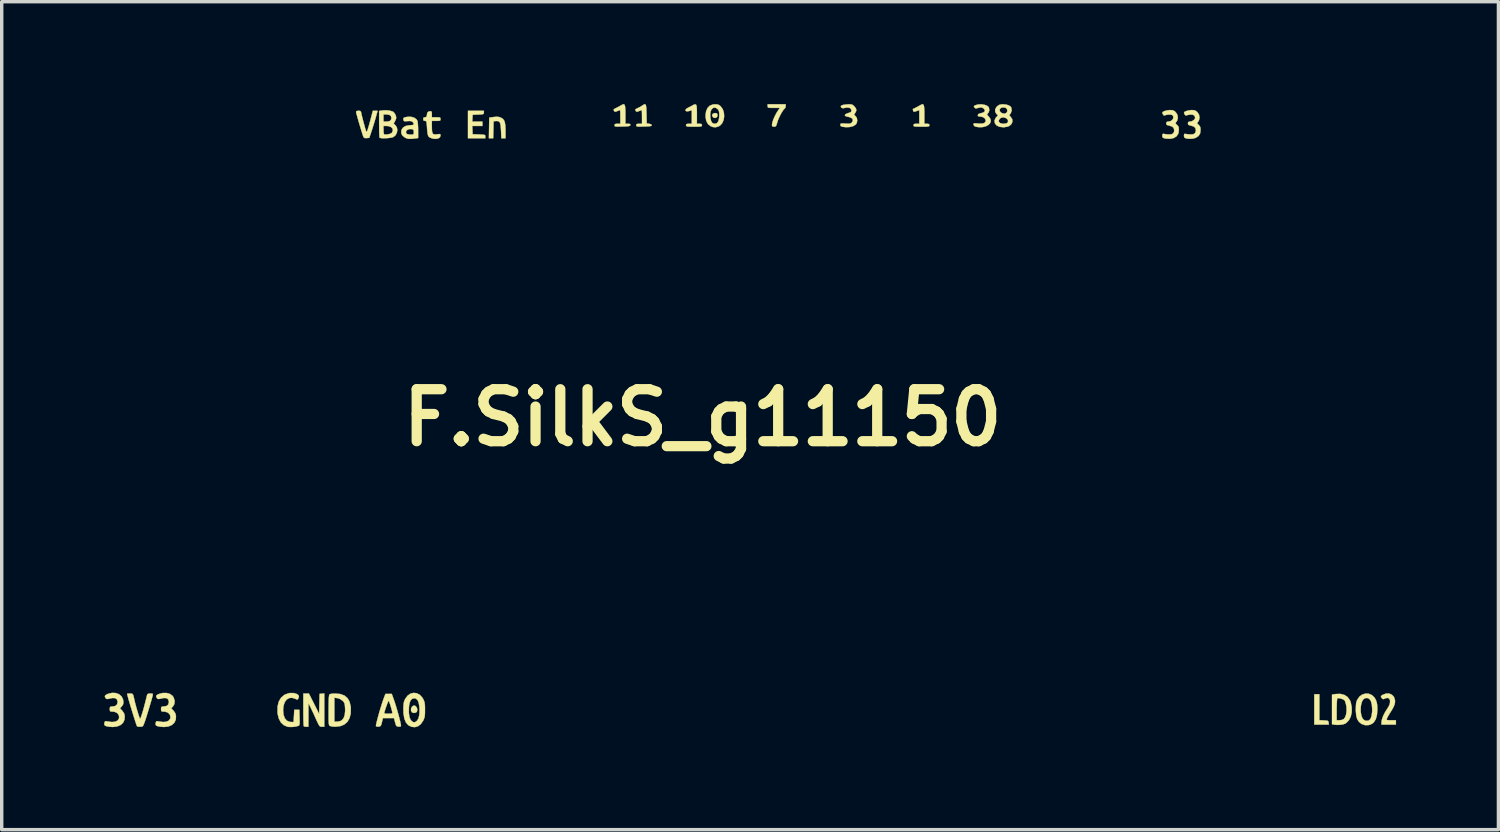
<source format=kicad_pcb>
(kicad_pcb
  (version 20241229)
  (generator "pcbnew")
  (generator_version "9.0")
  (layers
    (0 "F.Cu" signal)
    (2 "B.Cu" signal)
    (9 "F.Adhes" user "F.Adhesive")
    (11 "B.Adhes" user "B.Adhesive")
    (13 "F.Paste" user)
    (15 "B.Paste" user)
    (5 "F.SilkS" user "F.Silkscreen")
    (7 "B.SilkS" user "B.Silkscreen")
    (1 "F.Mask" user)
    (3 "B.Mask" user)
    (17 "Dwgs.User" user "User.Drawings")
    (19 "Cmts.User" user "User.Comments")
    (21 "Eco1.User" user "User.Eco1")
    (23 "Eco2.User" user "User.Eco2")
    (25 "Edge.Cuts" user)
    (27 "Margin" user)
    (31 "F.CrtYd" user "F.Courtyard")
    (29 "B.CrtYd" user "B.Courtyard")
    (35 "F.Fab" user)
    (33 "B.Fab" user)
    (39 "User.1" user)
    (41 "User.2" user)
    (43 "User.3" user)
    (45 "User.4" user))
  (footprint "F.SilkS_g11150"
    (layer "F.Cu")
    (at 17.546 9.193)
    (property "Reference" "F.SilkS_g11150" (at 0 0 0) (layer "F.SilkS") (effects (font (size 1.524 1.524) (thickness 0.3))))
    (attr through_hole)
    (fp_poly (pts (xy 18.076 8.867) (xy 18.209 8.873) (xy 18.281 8.878) (xy 18.321 8.886) (xy 18.34 8.902) (xy 18.347 8.932) (xy 18.348 8.938) (xy 18.354 8.996) (xy 17.928 8.996) (xy 17.928 8.107) (xy 18.076 8.107) (xy 18.076 8.867)) (stroke (width 0.01) (type solid)) (fill yes) (layer "F.SilkS"))
    (fp_poly (pts (xy 0.404 -8.926) (xy 0.429 -8.903) (xy 0.434 -8.89) (xy 0.434 -8.838) (xy 0.405 -8.8) (xy 0.361 -8.785) (xy 0.314 -8.799) (xy 0.297 -8.815) (xy 0.276 -8.864) (xy 0.292 -8.904) (xy 0.343 -8.927) (xy 0.353 -8.928) (xy 0.404 -8.926)) (stroke (width 0.01) (type solid)) (fill yes) (layer "F.SilkS"))
    (fp_poly (pts (xy -8.429 8.445) (xy -8.415 8.453) (xy -8.378 8.499) (xy -8.364 8.559) (xy -8.375 8.615) (xy -8.383 8.627) (xy -8.429 8.653) (xy -8.485 8.653) (xy -8.526 8.632) (xy -8.55 8.582) (xy -8.546 8.521) (xy -8.517 8.468) (xy -8.505 8.458) (xy -8.464 8.437) (xy -8.429 8.445)) (stroke (width 0.01) (type solid)) (fill yes) (layer "F.SilkS"))
    (fp_poly (pts (xy -6.413 -8.944) (xy -6.416 -8.918) (xy -6.428 -8.902) (xy -6.46 -8.893) (xy -6.519 -8.888) (xy -6.578 -8.886) (xy -6.742 -8.879) (xy -6.748 -8.779) (xy -6.754 -8.678) (xy -6.456 -8.678) (xy -6.456 -8.551) (xy -6.754 -8.551) (xy -6.742 -8.308) (xy -6.556 -8.302) (xy -6.468 -8.298) (xy -6.413 -8.293) (xy -6.384 -8.284) (xy -6.373 -8.269) (xy -6.371 -8.244) (xy -6.371 -8.191) (xy -6.879 -8.191) (xy -6.879 -8.996) (xy -6.413 -8.996) (xy -6.413 -8.944)) (stroke (width 0.01) (type solid)) (fill yes) (layer "F.SilkS"))
    (fp_poly (pts (xy -5.973 -8.815) (xy -5.92 -8.798) (xy -5.863 -8.765) (xy -5.823 -8.718) (xy -5.797 -8.649) (xy -5.783 -8.552) (xy -5.779 -8.42) (xy -5.779 -8.404) (xy -5.779 -8.191) (xy -5.9 -8.191) (xy -5.91 -8.417) (xy -5.918 -8.534) (xy -5.931 -8.615) (xy -5.952 -8.665) (xy -5.986 -8.69) (xy -6.035 -8.697) (xy -6.064 -8.695) (xy -6.128 -8.689) (xy -6.134 -8.44) (xy -6.14 -8.191) (xy -6.266 -8.191) (xy -6.255 -8.795) (xy -6.127 -8.813) (xy -6.039 -8.821) (xy -5.973 -8.815)) (stroke (width 0.01) (type solid)) (fill yes) (layer "F.SilkS"))
    (fp_poly (pts (xy 2.434 -9.135) (xy 2.426 -9.089) (xy 2.411 -9.069) (xy 2.375 -9.033) (xy 2.331 -8.968) (xy 2.283 -8.885) (xy 2.239 -8.796) (xy 2.204 -8.711) (xy 2.19 -8.668) (xy 2.169 -8.595) (xy 2.151 -8.553) (xy 2.13 -8.535) (xy 2.099 -8.53) (xy 2.092 -8.53) (xy 2.048 -8.537) (xy 2.033 -8.563) (xy 2.032 -8.582) (xy 2.043 -8.65) (xy 2.072 -8.741) (xy 2.115 -8.84) (xy 2.166 -8.935) (xy 2.191 -8.975) (xy 2.262 -9.081) (xy 2.083 -9.081) (xy 1.997 -9.081) (xy 1.944 -9.084) (xy 1.917 -9.092) (xy 1.907 -9.108) (xy 1.905 -9.133) (xy 1.905 -9.186) (xy 2.434 -9.186) (xy 2.434 -9.135)) (stroke (width 0.01) (type solid)) (fill yes) (layer "F.SilkS"))
    (fp_poly (pts (xy -11.091 9.059) (xy -11.162 9.059) (xy -11.19 9.058) (xy -11.213 9.051) (xy -11.234 9.031) (xy -11.258 8.993) (xy -11.289 8.931) (xy -11.332 8.839) (xy -11.354 8.789) (xy -11.401 8.684) (xy -11.447 8.586) (xy -11.485 8.506) (xy -11.511 8.452) (xy -11.515 8.445) (xy -11.555 8.371) (xy -11.557 9.059) (xy -11.617 9.059) (xy -11.665 9.055) (xy -11.691 9.045) (xy -11.695 9.021) (xy -11.699 8.96) (xy -11.702 8.87) (xy -11.704 8.756) (xy -11.705 8.625) (xy -11.705 8.558) (xy -11.705 8.086) (xy -11.542 8.086) (xy -11.391 8.385) (xy -11.241 8.684) (xy -11.235 8.39) (xy -11.229 8.096) (xy -11.16 8.09) (xy -11.091 8.083) (xy -11.091 9.059)) (stroke (width 0.01) (type solid)) (fill yes) (layer "F.SilkS"))
    (fp_poly (pts (xy -0.204 -9.18) (xy -0.19 -9.169) (xy -0.18 -9.144) (xy -0.174 -9.1) (xy -0.17 -9.028) (xy -0.169 -8.922) (xy -0.169 -8.891) (xy -0.169 -8.615) (xy -0.095 -8.615) (xy -0.044 -8.61) (xy -0.024 -8.592) (xy -0.021 -8.572) (xy -0.024 -8.554) (xy -0.037 -8.542) (xy -0.067 -8.535) (xy -0.123 -8.531) (xy -0.21 -8.53) (xy -0.254 -8.53) (xy -0.356 -8.531) (xy -0.423 -8.533) (xy -0.462 -8.539) (xy -0.481 -8.549) (xy -0.487 -8.565) (xy -0.487 -8.572) (xy -0.48 -8.6) (xy -0.451 -8.612) (xy -0.402 -8.615) (xy -0.318 -8.615) (xy -0.318 -9.015) (xy -0.381 -8.993) (xy -0.436 -8.98) (xy -0.477 -8.982) (xy -0.506 -9.006) (xy -0.495 -9.038) (xy -0.447 -9.075) (xy -0.407 -9.096) (xy -0.342 -9.128) (xy -0.29 -9.157) (xy -0.273 -9.168) (xy -0.228 -9.183) (xy -0.204 -9.18)) (stroke (width 0.01) (type solid)) (fill yes) (layer "F.SilkS"))
    (fp_poly (pts (xy -9.579 -8.811) (xy -9.61 -8.704) (xy -9.648 -8.579) (xy -9.687 -8.457) (xy -9.701 -8.414) (xy -9.772 -8.202) (xy -9.85 -8.196) (xy -9.903 -8.195) (xy -9.932 -8.213) (xy -9.95 -8.248) (xy -9.967 -8.299) (xy -9.992 -8.376) (xy -10.021 -8.472) (xy -10.053 -8.578) (xy -10.085 -8.685) (xy -10.113 -8.786) (xy -10.137 -8.872) (xy -10.154 -8.935) (xy -10.16 -8.966) (xy -10.16 -8.966) (xy -10.14 -8.989) (xy -10.089 -8.996) (xy -10.04 -8.992) (xy -10.017 -8.97) (xy -10.005 -8.92) (xy -9.995 -8.87) (xy -9.975 -8.79) (xy -9.95 -8.692) (xy -9.924 -8.598) (xy -9.896 -8.495) (xy -9.875 -8.428) (xy -9.861 -8.391) (xy -9.85 -8.381) (xy -9.84 -8.392) (xy -9.83 -8.414) (xy -9.814 -8.459) (xy -9.791 -8.534) (xy -9.764 -8.63) (xy -9.735 -8.735) (xy -9.735 -8.737) (xy -9.667 -8.996) (xy -9.528 -8.996) (xy -9.579 -8.811)) (stroke (width 0.01) (type solid)) (fill yes) (layer "F.SilkS"))
    (fp_poly (pts (xy 6.475 -9.169) (xy 6.489 -9.121) (xy 6.496 -9.041) (xy 6.498 -8.924) (xy 6.498 -8.891) (xy 6.498 -8.615) (xy 6.572 -8.615) (xy 6.623 -8.61) (xy 6.644 -8.592) (xy 6.646 -8.572) (xy 6.644 -8.554) (xy 6.631 -8.542) (xy 6.6 -8.535) (xy 6.545 -8.531) (xy 6.457 -8.53) (xy 6.413 -8.53) (xy 6.312 -8.531) (xy 6.245 -8.533) (xy 6.206 -8.539) (xy 6.187 -8.549) (xy 6.181 -8.565) (xy 6.181 -8.572) (xy 6.188 -8.6) (xy 6.216 -8.612) (xy 6.265 -8.615) (xy 6.35 -8.615) (xy 6.35 -9.015) (xy 6.266 -8.986) (xy 6.213 -8.969) (xy 6.186 -8.969) (xy 6.173 -8.988) (xy 6.169 -8.999) (xy 6.161 -9.035) (xy 6.163 -9.046) (xy 6.185 -9.057) (xy 6.23 -9.079) (xy 6.244 -9.086) (xy 6.31 -9.12) (xy 6.37 -9.155) (xy 6.374 -9.157) (xy 6.42 -9.182) (xy 6.453 -9.188) (xy 6.475 -9.169)) (stroke (width 0.01) (type solid)) (fill yes) (layer "F.SilkS"))
    (fp_poly (pts (xy 20.122 8.086) (xy 20.2 8.119) (xy 20.26 8.18) (xy 20.291 8.268) (xy 20.293 8.278) (xy 20.294 8.341) (xy 20.281 8.405) (xy 20.251 8.479) (xy 20.2 8.571) (xy 20.139 8.667) (xy 20.099 8.733) (xy 20.068 8.792) (xy 20.056 8.821) (xy 20.051 8.847) (xy 20.06 8.861) (xy 20.092 8.867) (xy 20.155 8.869) (xy 20.181 8.869) (xy 20.32 8.869) (xy 20.32 8.996) (xy 19.897 8.996) (xy 19.897 8.933) (xy 19.911 8.844) (xy 19.949 8.737) (xy 20.008 8.622) (xy 20.052 8.554) (xy 20.107 8.466) (xy 20.138 8.398) (xy 20.149 8.335) (xy 20.147 8.284) (xy 20.125 8.234) (xy 20.077 8.213) (xy 20.013 8.224) (xy 19.989 8.236) (xy 19.948 8.251) (xy 19.92 8.237) (xy 19.908 8.222) (xy 19.882 8.184) (xy 19.884 8.159) (xy 19.917 8.134) (xy 19.937 8.122) (xy 20.031 8.086) (xy 20.122 8.086)) (stroke (width 0.01) (type solid)) (fill yes) (layer "F.SilkS"))
    (fp_poly (pts (xy 0.436 -9.181) (xy 0.486 -9.162) (xy 0.529 -9.126) (xy 0.589 -9.042) (xy 0.622 -8.94) (xy 0.63 -8.832) (xy 0.614 -8.727) (xy 0.574 -8.634) (xy 0.511 -8.564) (xy 0.474 -8.541) (xy 0.385 -8.513) (xy 0.301 -8.519) (xy 0.233 -8.546) (xy 0.156 -8.607) (xy 0.106 -8.699) (xy 0.085 -8.817) (xy 0.085 -8.843) (xy 0.089 -8.884) (xy 0.221 -8.884) (xy 0.226 -8.787) (xy 0.247 -8.7) (xy 0.277 -8.645) (xy 0.321 -8.62) (xy 0.378 -8.617) (xy 0.415 -8.631) (xy 0.458 -8.685) (xy 0.481 -8.776) (xy 0.487 -8.868) (xy 0.484 -8.946) (xy 0.473 -8.996) (xy 0.449 -9.035) (xy 0.434 -9.051) (xy 0.374 -9.088) (xy 0.314 -9.085) (xy 0.261 -9.04) (xy 0.232 -8.973) (xy 0.221 -8.884) (xy 0.089 -8.884) (xy 0.099 -8.974) (xy 0.14 -9.075) (xy 0.208 -9.145) (xy 0.302 -9.181) (xy 0.364 -9.186) (xy 0.436 -9.181)) (stroke (width 0.01) (type solid)) (fill yes) (layer "F.SilkS"))
    (fp_poly (pts (xy 18.809 8.126) (xy 18.904 8.188) (xy 18.972 8.282) (xy 18.997 8.345) (xy 19.025 8.492) (xy 19.025 8.633) (xy 18.997 8.76) (xy 18.943 8.867) (xy 18.865 8.947) (xy 18.828 8.97) (xy 18.763 8.991) (xy 18.675 9.003) (xy 18.584 9.005) (xy 18.521 8.999) (xy 18.447 8.985) (xy 18.447 8.553) (xy 18.584 8.553) (xy 18.584 8.869) (xy 18.667 8.869) (xy 18.737 8.859) (xy 18.793 8.833) (xy 18.794 8.832) (xy 18.834 8.776) (xy 18.862 8.691) (xy 18.875 8.589) (xy 18.872 8.482) (xy 18.864 8.433) (xy 18.847 8.362) (xy 18.827 8.306) (xy 18.815 8.285) (xy 18.78 8.26) (xy 18.723 8.238) (xy 18.663 8.223) (xy 18.616 8.22) (xy 18.605 8.224) (xy 18.597 8.249) (xy 18.591 8.31) (xy 18.587 8.4) (xy 18.584 8.513) (xy 18.584 8.553) (xy 18.447 8.553) (xy 18.447 8.118) (xy 18.556 8.1) (xy 18.692 8.096) (xy 18.809 8.126)) (stroke (width 0.01) (type solid)) (fill yes) (layer "F.SilkS"))
    (fp_poly (pts (xy -1.675 -9.179) (xy -1.66 -9.142) (xy -1.652 -9.074) (xy -1.648 -8.971) (xy -1.646 -8.906) (xy -1.64 -8.625) (xy -1.566 -8.615) (xy -1.511 -8.598) (xy -1.492 -8.572) (xy -1.5 -8.558) (xy -1.526 -8.548) (xy -1.578 -8.541) (xy -1.662 -8.537) (xy -1.72 -8.535) (xy -1.82 -8.533) (xy -1.886 -8.533) (xy -1.924 -8.538) (xy -1.942 -8.547) (xy -1.947 -8.563) (xy -1.947 -8.572) (xy -1.94 -8.6) (xy -1.912 -8.612) (xy -1.863 -8.615) (xy -1.778 -8.615) (xy -1.778 -8.816) (xy -1.779 -8.902) (xy -1.781 -8.97) (xy -1.784 -9.01) (xy -1.786 -9.017) (xy -1.809 -9.01) (xy -1.855 -8.991) (xy -1.866 -8.987) (xy -1.916 -8.969) (xy -1.943 -8.971) (xy -1.963 -8.995) (xy -1.964 -8.997) (xy -1.976 -9.025) (xy -1.962 -9.046) (xy -1.915 -9.069) (xy -1.914 -9.069) (xy -1.845 -9.103) (xy -1.781 -9.142) (xy -1.779 -9.143) (xy -1.731 -9.175) (xy -1.697 -9.188) (xy -1.675 -9.179)) (stroke (width 0.01) (type solid)) (fill yes) (layer "F.SilkS"))
    (fp_poly (pts (xy -11.988 8.071) (xy -11.906 8.095) (xy -11.85 8.13) (xy -11.834 8.175) (xy -11.853 8.234) (xy -11.872 8.26) (xy -11.898 8.259) (xy -11.933 8.243) (xy -12.03 8.211) (xy -12.117 8.217) (xy -12.191 8.259) (xy -12.248 8.334) (xy -12.284 8.439) (xy -12.298 8.57) (xy -12.298 8.574) (xy -12.285 8.707) (xy -12.249 8.81) (xy -12.189 8.88) (xy -12.108 8.915) (xy -12.071 8.919) (xy -11.991 8.922) (xy -11.98 8.742) (xy -11.97 8.562) (xy -11.822 8.562) (xy -11.816 8.79) (xy -11.813 8.89) (xy -11.814 8.957) (xy -11.819 8.997) (xy -11.829 9.019) (xy -11.846 9.031) (xy -11.858 9.035) (xy -11.942 9.056) (xy -12.042 9.066) (xy -12.135 9.064) (xy -12.168 9.059) (xy -12.276 9.014) (xy -12.361 8.935) (xy -12.422 8.824) (xy -12.457 8.685) (xy -12.462 8.627) (xy -12.459 8.459) (xy -12.424 8.32) (xy -12.359 8.209) (xy -12.263 8.127) (xy -12.235 8.112) (xy -12.112 8.071) (xy -11.988 8.071)) (stroke (width 0.01) (type solid)) (fill yes) (layer "F.SilkS"))
    (fp_poly (pts (xy -2.288 -9.169) (xy -2.274 -9.121) (xy -2.267 -9.041) (xy -2.265 -8.924) (xy -2.265 -8.891) (xy -2.265 -8.615) (xy -2.189 -8.615) (xy -2.139 -8.611) (xy -2.12 -8.595) (xy -2.121 -8.578) (xy -2.129 -8.561) (xy -2.151 -8.55) (xy -2.195 -8.542) (xy -2.267 -8.538) (xy -2.355 -8.535) (xy -2.455 -8.533) (xy -2.521 -8.533) (xy -2.559 -8.538) (xy -2.577 -8.547) (xy -2.582 -8.563) (xy -2.582 -8.572) (xy -2.575 -8.6) (xy -2.547 -8.612) (xy -2.498 -8.615) (xy -2.413 -8.615) (xy -2.413 -8.816) (xy -2.414 -8.902) (xy -2.416 -8.97) (xy -2.419 -9.01) (xy -2.421 -9.017) (xy -2.444 -9.01) (xy -2.49 -8.991) (xy -2.501 -8.987) (xy -2.551 -8.969) (xy -2.578 -8.971) (xy -2.598 -8.995) (xy -2.599 -8.996) (xy -2.61 -9.023) (xy -2.598 -9.044) (xy -2.555 -9.069) (xy -2.534 -9.078) (xy -2.466 -9.113) (xy -2.404 -9.148) (xy -2.389 -9.157) (xy -2.343 -9.182) (xy -2.31 -9.188) (xy -2.288 -9.169)) (stroke (width 0.01) (type solid)) (fill yes) (layer "F.SilkS"))
    (fp_poly (pts (xy 19.526 8.092) (xy 19.616 8.131) (xy 19.691 8.202) (xy 19.732 8.271) (xy 19.758 8.344) (xy 19.772 8.425) (xy 19.776 8.532) (xy 19.777 8.551) (xy 19.765 8.711) (xy 19.731 8.836) (xy 19.674 8.928) (xy 19.618 8.974) (xy 19.519 9.011) (xy 19.414 9.012) (xy 19.316 8.978) (xy 19.302 8.969) (xy 19.233 8.91) (xy 19.186 8.835) (xy 19.158 8.737) (xy 19.146 8.608) (xy 19.145 8.551) (xy 19.146 8.518) (xy 19.287 8.518) (xy 19.289 8.623) (xy 19.305 8.722) (xy 19.336 8.804) (xy 19.369 8.849) (xy 19.432 8.885) (xy 19.505 8.882) (xy 19.537 8.869) (xy 19.578 8.824) (xy 19.607 8.742) (xy 19.623 8.627) (xy 19.625 8.54) (xy 19.615 8.407) (xy 19.587 8.307) (xy 19.541 8.242) (xy 19.479 8.215) (xy 19.411 8.223) (xy 19.362 8.259) (xy 19.324 8.327) (xy 19.299 8.416) (xy 19.287 8.518) (xy 19.146 8.518) (xy 19.148 8.443) (xy 19.155 8.365) (xy 19.171 8.306) (xy 19.188 8.266) (xy 19.254 8.173) (xy 19.337 8.114) (xy 19.431 8.087) (xy 19.526 8.092)) (stroke (width 0.01) (type solid)) (fill yes) (layer "F.SilkS"))
    (fp_poly (pts (xy -10.618 8.1) (xy -10.499 8.145) (xy -10.41 8.22) (xy -10.35 8.326) (xy -10.317 8.464) (xy -10.313 8.507) (xy -10.316 8.671) (xy -10.351 8.808) (xy -10.414 8.917) (xy -10.507 8.996) (xy -10.627 9.043) (xy -10.773 9.058) (xy -10.774 9.058) (xy -10.844 9.053) (xy -10.904 9.042) (xy -10.917 9.038) (xy -10.933 9.03) (xy -10.944 9.019) (xy -10.953 8.997) (xy -10.959 8.961) (xy -10.962 8.911) (xy -10.795 8.911) (xy -10.713 8.911) (xy -10.629 8.896) (xy -10.577 8.869) (xy -10.523 8.804) (xy -10.491 8.712) (xy -10.479 8.588) (xy -10.481 8.518) (xy -10.487 8.434) (xy -10.497 8.378) (xy -10.516 8.339) (xy -10.548 8.302) (xy -10.552 8.298) (xy -10.64 8.24) (xy -10.705 8.221) (xy -10.795 8.207) (xy -10.795 8.911) (xy -10.962 8.911) (xy -10.962 8.903) (xy -10.964 8.82) (xy -10.964 8.704) (xy -10.964 8.577) (xy -10.963 8.412) (xy -10.961 8.286) (xy -10.956 8.195) (xy -10.949 8.139) (xy -10.94 8.112) (xy -10.939 8.111) (xy -10.904 8.097) (xy -10.838 8.088) (xy -10.766 8.086) (xy -10.618 8.1)) (stroke (width 0.01) (type solid)) (fill yes) (layer "F.SilkS"))
    (fp_poly (pts (xy -8.538 -8.818) (xy -8.448 -8.79) (xy -8.384 -8.74) (xy -8.364 -8.708) (xy -8.354 -8.665) (xy -8.346 -8.592) (xy -8.341 -8.499) (xy -8.34 -8.426) (xy -8.34 -8.197) (xy -8.438 -8.184) (xy -8.538 -8.173) (xy -8.612 -8.173) (xy -8.672 -8.186) (xy -8.721 -8.207) (xy -8.796 -8.263) (xy -8.834 -8.335) (xy -8.832 -8.383) (xy -8.696 -8.383) (xy -8.691 -8.337) (xy -8.657 -8.31) (xy -8.589 -8.299) (xy -8.557 -8.298) (xy -8.5 -8.299) (xy -8.474 -8.311) (xy -8.467 -8.343) (xy -8.467 -8.371) (xy -8.472 -8.424) (xy -8.495 -8.45) (xy -8.519 -8.458) (xy -8.588 -8.461) (xy -8.649 -8.441) (xy -8.689 -8.404) (xy -8.696 -8.383) (xy -8.832 -8.383) (xy -8.831 -8.418) (xy -8.827 -8.434) (xy -8.783 -8.503) (xy -8.706 -8.55) (xy -8.601 -8.571) (xy -8.564 -8.572) (xy -8.495 -8.58) (xy -8.466 -8.602) (xy -8.477 -8.639) (xy -8.502 -8.669) (xy -8.536 -8.69) (xy -8.586 -8.697) (xy -8.649 -8.693) (xy -8.714 -8.688) (xy -8.749 -8.693) (xy -8.765 -8.711) (xy -8.771 -8.727) (xy -8.775 -8.767) (xy -8.757 -8.793) (xy -8.709 -8.809) (xy -8.643 -8.819) (xy -8.538 -8.818)) (stroke (width 0.01) (type solid)) (fill yes) (layer "F.SilkS"))
    (fp_poly (pts (xy 4.362 -9.182) (xy 4.397 -9.168) (xy 4.432 -9.139) (xy 4.444 -9.127) (xy 4.494 -9.062) (xy 4.505 -9.002) (xy 4.477 -8.941) (xy 4.469 -8.93) (xy 4.443 -8.894) (xy 4.446 -8.871) (xy 4.479 -8.842) (xy 4.518 -8.787) (xy 4.531 -8.715) (xy 4.519 -8.643) (xy 4.489 -8.595) (xy 4.414 -8.547) (xy 4.313 -8.52) (xy 4.195 -8.515) (xy 4.096 -8.528) (xy 4.051 -8.544) (xy 4.036 -8.574) (xy 4.04 -8.614) (xy 4.061 -8.622) (xy 4.115 -8.625) (xy 4.187 -8.621) (xy 4.269 -8.617) (xy 4.32 -8.62) (xy 4.353 -8.634) (xy 4.367 -8.645) (xy 4.402 -8.7) (xy 4.397 -8.75) (xy 4.356 -8.79) (xy 4.28 -8.816) (xy 4.255 -8.821) (xy 4.191 -8.838) (xy 4.167 -8.863) (xy 4.183 -8.892) (xy 4.237 -8.919) (xy 4.265 -8.928) (xy 4.324 -8.947) (xy 4.353 -8.969) (xy 4.36 -9.003) (xy 4.36 -9.007) (xy 4.343 -9.057) (xy 4.294 -9.086) (xy 4.222 -9.091) (xy 4.173 -9.081) (xy 4.115 -9.07) (xy 4.079 -9.08) (xy 4.065 -9.091) (xy 4.047 -9.126) (xy 4.07 -9.153) (xy 4.134 -9.172) (xy 4.233 -9.183) (xy 4.312 -9.186) (xy 4.362 -9.182)) (stroke (width 0.01) (type solid)) (fill yes) (layer "F.SilkS"))
    (fp_poly (pts (xy -8.38 8.077) (xy -8.291 8.123) (xy -8.216 8.205) (xy -8.192 8.246) (xy -8.167 8.3) (xy -8.151 8.353) (xy -8.142 8.416) (xy -8.139 8.503) (xy -8.139 8.561) (xy -8.14 8.665) (xy -8.145 8.739) (xy -8.157 8.796) (xy -8.177 8.849) (xy -8.191 8.878) (xy -8.261 8.981) (xy -8.345 9.045) (xy -8.44 9.071) (xy -8.538 9.059) (xy -8.629 9.012) (xy -8.698 8.933) (xy -8.744 8.821) (xy -8.768 8.673) (xy -8.769 8.646) (xy -8.613 8.646) (xy -8.596 8.77) (xy -8.56 8.858) (xy -8.54 8.882) (xy -8.496 8.917) (xy -8.458 8.932) (xy -8.456 8.932) (xy -8.419 8.918) (xy -8.374 8.884) (xy -8.372 8.882) (xy -8.328 8.81) (xy -8.304 8.7) (xy -8.299 8.553) (xy -8.303 8.484) (xy -8.321 8.362) (xy -8.355 8.279) (xy -8.406 8.233) (xy -8.456 8.223) (xy -8.52 8.241) (xy -8.567 8.296) (xy -8.598 8.389) (xy -8.61 8.484) (xy -8.613 8.646) (xy -8.769 8.646) (xy -8.773 8.549) (xy -8.771 8.447) (xy -8.764 8.373) (xy -8.751 8.316) (xy -8.728 8.261) (xy -8.72 8.245) (xy -8.651 8.15) (xy -8.567 8.09) (xy -8.474 8.066) (xy -8.38 8.077)) (stroke (width 0.01) (type solid)) (fill yes) (layer "F.SilkS"))
    (fp_poly (pts (xy -7.947 -8.971) (xy -7.938 -8.928) (xy -7.938 -8.886) (xy -7.938 -8.805) (xy -7.811 -8.805) (xy -7.74 -8.804) (xy -7.702 -8.798) (xy -7.687 -8.783) (xy -7.684 -8.754) (xy -7.684 -8.752) (xy -7.686 -8.723) (xy -7.701 -8.707) (xy -7.738 -8.701) (xy -7.806 -8.7) (xy -7.811 -8.7) (xy -7.938 -8.7) (xy -7.938 -8.522) (xy -7.935 -8.419) (xy -7.924 -8.352) (xy -7.9 -8.315) (xy -7.858 -8.301) (xy -7.794 -8.305) (xy -7.779 -8.307) (xy -7.721 -8.314) (xy -7.693 -8.309) (xy -7.684 -8.288) (xy -7.684 -8.266) (xy -7.702 -8.217) (xy -7.751 -8.185) (xy -7.821 -8.172) (xy -7.904 -8.179) (xy -7.971 -8.201) (xy -8.01 -8.22) (xy -8.036 -8.246) (xy -8.054 -8.286) (xy -8.066 -8.347) (xy -8.075 -8.439) (xy -8.079 -8.502) (xy -8.086 -8.594) (xy -8.093 -8.652) (xy -8.102 -8.684) (xy -8.117 -8.697) (xy -8.14 -8.699) (xy -8.142 -8.7) (xy -8.18 -8.709) (xy -8.191 -8.745) (xy -8.191 -8.752) (xy -8.183 -8.793) (xy -8.148 -8.805) (xy -8.14 -8.805) (xy -8.105 -8.812) (xy -8.088 -8.838) (xy -8.082 -8.883) (xy -8.071 -8.938) (xy -8.046 -8.966) (xy -8.018 -8.976) (xy -7.971 -8.984) (xy -7.947 -8.971)) (stroke (width 0.01) (type solid)) (fill yes) (layer "F.SilkS"))
    (fp_poly (pts (xy 8.258 -9.172) (xy 8.332 -9.146) (xy 8.381 -9.106) (xy 8.39 -9.09) (xy 8.403 -9.013) (xy 8.382 -8.947) (xy 8.363 -8.924) (xy 8.34 -8.899) (xy 8.34 -8.878) (xy 8.366 -8.846) (xy 8.385 -8.827) (xy 8.434 -8.758) (xy 8.445 -8.691) (xy 8.423 -8.629) (xy 8.371 -8.578) (xy 8.296 -8.539) (xy 8.201 -8.517) (xy 8.09 -8.516) (xy 8.012 -8.528) (xy 7.959 -8.551) (xy 7.941 -8.588) (xy 7.94 -8.613) (xy 7.952 -8.626) (xy 7.985 -8.629) (xy 8.049 -8.624) (xy 8.07 -8.622) (xy 8.178 -8.619) (xy 8.25 -8.635) (xy 8.289 -8.67) (xy 8.297 -8.71) (xy 8.278 -8.765) (xy 8.227 -8.806) (xy 8.154 -8.826) (xy 8.134 -8.826) (xy 8.084 -8.832) (xy 8.066 -8.854) (xy 8.065 -8.866) (xy 8.078 -8.897) (xy 8.122 -8.917) (xy 8.144 -8.921) (xy 8.225 -8.945) (xy 8.268 -8.979) (xy 8.273 -9.019) (xy 8.237 -9.062) (xy 8.222 -9.072) (xy 8.181 -9.094) (xy 8.139 -9.096) (xy 8.081 -9.081) (xy 8.024 -9.067) (xy 7.991 -9.069) (xy 7.968 -9.089) (xy 7.964 -9.094) (xy 7.949 -9.124) (xy 7.963 -9.143) (xy 7.995 -9.159) (xy 8.077 -9.181) (xy 8.169 -9.185) (xy 8.258 -9.172)) (stroke (width 0.01) (type solid)) (fill yes) (layer "F.SilkS"))
    (fp_poly (pts (xy -15.617 8.097) (xy -15.542 8.15) (xy -15.506 8.202) (xy -15.476 8.303) (xy -15.485 8.394) (xy -15.524 8.46) (xy -15.576 8.52) (xy -15.511 8.587) (xy -15.457 8.664) (xy -15.438 8.745) (xy -15.444 8.853) (xy -15.486 8.942) (xy -15.56 9.009) (xy -15.661 9.051) (xy -15.786 9.066) (xy -15.904 9.057) (xy -15.982 9.041) (xy -16.024 9.019) (xy -16.038 8.986) (xy -16.032 8.944) (xy -16.019 8.907) (xy -15.996 8.895) (xy -15.949 8.902) (xy -15.941 8.903) (xy -15.817 8.921) (xy -15.718 8.912) (xy -15.647 8.878) (xy -15.607 8.821) (xy -15.6 8.772) (xy -15.619 8.7) (xy -15.671 8.647) (xy -15.749 8.618) (xy -15.793 8.615) (xy -15.846 8.612) (xy -15.869 8.597) (xy -15.875 8.559) (xy -15.875 8.541) (xy -15.872 8.491) (xy -15.853 8.471) (xy -15.808 8.467) (xy -15.806 8.467) (xy -15.721 8.453) (xy -15.667 8.412) (xy -15.646 8.346) (xy -15.646 8.322) (xy -15.666 8.257) (xy -15.714 8.221) (xy -15.791 8.216) (xy -15.87 8.231) (xy -15.931 8.245) (xy -15.966 8.245) (xy -15.989 8.23) (xy -15.996 8.22) (xy -16.02 8.174) (xy -16.01 8.14) (xy -15.963 8.109) (xy -15.938 8.099) (xy -15.824 8.069) (xy -15.714 8.069) (xy -15.617 8.097)) (stroke (width 0.01) (type solid)) (fill yes) (layer "F.SilkS"))
    (fp_poly (pts (xy -17.202 8.071) (xy -17.108 8.105) (xy -17.035 8.167) (xy -16.991 8.254) (xy -16.982 8.301) (xy -16.979 8.369) (xy -16.994 8.417) (xy -17.025 8.458) (xy -17.079 8.52) (xy -17.014 8.587) (xy -16.96 8.664) (xy -16.94 8.745) (xy -16.947 8.853) (xy -16.989 8.942) (xy -17.062 9.009) (xy -17.164 9.051) (xy -17.289 9.066) (xy -17.407 9.057) (xy -17.485 9.041) (xy -17.527 9.019) (xy -17.541 8.986) (xy -17.535 8.944) (xy -17.522 8.907) (xy -17.499 8.895) (xy -17.452 8.902) (xy -17.444 8.903) (xy -17.32 8.921) (xy -17.22 8.912) (xy -17.15 8.878) (xy -17.11 8.821) (xy -17.103 8.772) (xy -17.122 8.7) (xy -17.174 8.647) (xy -17.252 8.618) (xy -17.296 8.615) (xy -17.349 8.612) (xy -17.372 8.597) (xy -17.378 8.559) (xy -17.378 8.541) (xy -17.374 8.491) (xy -17.356 8.471) (xy -17.311 8.467) (xy -17.308 8.467) (xy -17.224 8.453) (xy -17.17 8.412) (xy -17.149 8.346) (xy -17.149 8.322) (xy -17.169 8.257) (xy -17.217 8.221) (xy -17.294 8.216) (xy -17.372 8.231) (xy -17.434 8.245) (xy -17.469 8.245) (xy -17.492 8.23) (xy -17.499 8.22) (xy -17.523 8.175) (xy -17.514 8.141) (xy -17.468 8.111) (xy -17.431 8.095) (xy -17.312 8.066) (xy -17.202 8.071)) (stroke (width 0.01) (type solid)) (fill yes) (layer "F.SilkS"))
    (fp_poly (pts (xy -16.138 8.088) (xy -16.117 8.099) (xy -16.117 8.128) (xy -16.121 8.144) (xy -16.138 8.208) (xy -16.164 8.302) (xy -16.198 8.416) (xy -16.235 8.539) (xy -16.273 8.663) (xy -16.308 8.777) (xy -16.339 8.871) (xy -16.361 8.935) (xy -16.363 8.94) (xy -16.389 9.006) (xy -16.41 9.042) (xy -16.438 9.056) (xy -16.481 9.059) (xy -16.489 9.059) (xy -16.544 9.056) (xy -16.577 9.046) (xy -16.58 9.043) (xy -16.593 9.011) (xy -16.616 8.945) (xy -16.645 8.855) (xy -16.68 8.746) (xy -16.717 8.627) (xy -16.754 8.504) (xy -16.79 8.385) (xy -16.822 8.277) (xy -16.847 8.187) (xy -16.864 8.123) (xy -16.87 8.093) (xy -16.851 8.088) (xy -16.804 8.086) (xy -16.787 8.086) (xy -16.743 8.087) (xy -16.715 8.096) (xy -16.696 8.12) (xy -16.68 8.169) (xy -16.662 8.249) (xy -16.658 8.266) (xy -16.639 8.348) (xy -16.614 8.444) (xy -16.586 8.544) (xy -16.557 8.64) (xy -16.531 8.724) (xy -16.508 8.788) (xy -16.493 8.823) (xy -16.489 8.826) (xy -16.476 8.807) (xy -16.456 8.753) (xy -16.43 8.672) (xy -16.399 8.57) (xy -16.367 8.454) (xy -16.335 8.331) (xy -16.304 8.208) (xy -16.289 8.144) (xy -16.276 8.106) (xy -16.248 8.089) (xy -16.193 8.086) (xy -16.192 8.086) (xy -16.138 8.088)) (stroke (width 0.01) (type solid)) (fill yes) (layer "F.SilkS"))
    (fp_poly (pts (xy 13.778 -9.011) (xy 13.829 -8.987) (xy 13.866 -8.955) (xy 13.914 -8.881) (xy 13.929 -8.797) (xy 13.912 -8.715) (xy 13.888 -8.677) (xy 13.864 -8.643) (xy 13.866 -8.619) (xy 13.897 -8.588) (xy 13.904 -8.581) (xy 13.939 -8.543) (xy 13.956 -8.497) (xy 13.959 -8.428) (xy 13.942 -8.327) (xy 13.892 -8.25) (xy 13.812 -8.199) (xy 13.706 -8.175) (xy 13.578 -8.181) (xy 13.536 -8.189) (xy 13.49 -8.206) (xy 13.474 -8.239) (xy 13.473 -8.266) (xy 13.479 -8.311) (xy 13.5 -8.322) (xy 13.504 -8.321) (xy 13.543 -8.314) (xy 13.606 -8.306) (xy 13.643 -8.303) (xy 13.734 -8.305) (xy 13.791 -8.332) (xy 13.819 -8.386) (xy 13.822 -8.424) (xy 13.807 -8.491) (xy 13.76 -8.535) (xy 13.677 -8.561) (xy 13.674 -8.562) (xy 13.619 -8.575) (xy 13.594 -8.596) (xy 13.589 -8.627) (xy 13.596 -8.664) (xy 13.626 -8.677) (xy 13.652 -8.678) (xy 13.717 -8.693) (xy 13.766 -8.73) (xy 13.795 -8.779) (xy 13.795 -8.83) (xy 13.769 -8.869) (xy 13.727 -8.883) (xy 13.663 -8.885) (xy 13.592 -8.876) (xy 13.545 -8.861) (xy 13.513 -8.863) (xy 13.487 -8.901) (xy 13.474 -8.938) (xy 13.484 -8.961) (xy 13.526 -8.982) (xy 13.535 -8.986) (xy 13.605 -9.006) (xy 13.686 -9.016) (xy 13.706 -9.017) (xy 13.778 -9.011)) (stroke (width 0.01) (type solid)) (fill yes) (layer "F.SilkS"))
    (fp_poly (pts (xy -9.063 8.234) (xy -9.027 8.338) (xy -8.99 8.454) (xy -8.954 8.576) (xy -8.919 8.698) (xy -8.889 8.811) (xy -8.865 8.909) (xy -8.849 8.985) (xy -8.843 9.032) (xy -8.844 9.043) (xy -8.878 9.055) (xy -8.924 9.056) (xy -8.96 9.048) (xy -8.983 9.026) (xy -9.001 8.981) (xy -9.016 8.927) (xy -9.047 8.805) (xy -9.372 8.805) (xy -9.402 8.927) (xy -9.42 8.996) (xy -9.438 9.033) (xy -9.463 9.049) (xy -9.497 9.055) (xy -9.547 9.054) (xy -9.576 9.042) (xy -9.576 9.041) (xy -9.575 9.015) (xy -9.563 8.955) (xy -9.542 8.87) (xy -9.515 8.767) (xy -9.486 8.664) (xy -9.335 8.664) (xy -9.316 8.672) (xy -9.269 8.677) (xy -9.21 8.678) (xy -9.151 8.675) (xy -9.108 8.669) (xy -9.095 8.662) (xy -9.097 8.636) (xy -9.109 8.583) (xy -9.128 8.513) (xy -9.15 8.438) (xy -9.173 8.37) (xy -9.193 8.319) (xy -9.206 8.298) (xy -9.206 8.297) (xy -9.217 8.316) (xy -9.237 8.364) (xy -9.262 8.43) (xy -9.288 8.504) (xy -9.311 8.575) (xy -9.328 8.632) (xy -9.334 8.664) (xy -9.335 8.664) (xy -9.486 8.664) (xy -9.483 8.652) (xy -9.448 8.535) (xy -9.413 8.421) (xy -9.38 8.319) (xy -9.351 8.235) (xy -9.35 8.234) (xy -9.298 8.096) (xy -9.113 8.096) (xy -9.063 8.234)) (stroke (width 0.01) (type solid)) (fill yes) (layer "F.SilkS"))
    (fp_poly (pts (xy 14.413 -9.011) (xy 14.464 -8.987) (xy 14.501 -8.955) (xy 14.549 -8.881) (xy 14.564 -8.797) (xy 14.547 -8.715) (xy 14.523 -8.677) (xy 14.499 -8.643) (xy 14.501 -8.619) (xy 14.532 -8.588) (xy 14.539 -8.581) (xy 14.574 -8.543) (xy 14.591 -8.497) (xy 14.594 -8.428) (xy 14.581 -8.331) (xy 14.538 -8.26) (xy 14.459 -8.207) (xy 14.442 -8.199) (xy 14.35 -8.177) (xy 14.243 -8.175) (xy 14.161 -8.189) (xy 14.121 -8.211) (xy 14.108 -8.255) (xy 14.108 -8.267) (xy 14.114 -8.311) (xy 14.136 -8.322) (xy 14.139 -8.321) (xy 14.178 -8.314) (xy 14.241 -8.306) (xy 14.278 -8.303) (xy 14.369 -8.305) (xy 14.426 -8.332) (xy 14.454 -8.386) (xy 14.457 -8.424) (xy 14.442 -8.491) (xy 14.395 -8.535) (xy 14.312 -8.561) (xy 14.309 -8.562) (xy 14.254 -8.575) (xy 14.229 -8.596) (xy 14.224 -8.627) (xy 14.231 -8.664) (xy 14.261 -8.677) (xy 14.287 -8.678) (xy 14.346 -8.692) (xy 14.399 -8.727) (xy 14.432 -8.771) (xy 14.436 -8.791) (xy 14.418 -8.848) (xy 14.369 -8.881) (xy 14.296 -8.885) (xy 14.234 -8.875) (xy 14.186 -8.863) (xy 14.18 -8.861) (xy 14.148 -8.863) (xy 14.122 -8.901) (xy 14.109 -8.938) (xy 14.119 -8.961) (xy 14.161 -8.982) (xy 14.17 -8.986) (xy 14.24 -9.006) (xy 14.321 -9.016) (xy 14.341 -9.017) (xy 14.413 -9.011)) (stroke (width 0.01) (type solid)) (fill yes) (layer "F.SilkS"))
    (fp_poly (pts (xy -9.175 -9.001) (xy -9.089 -8.975) (xy -9.067 -8.963) (xy -9.029 -8.923) (xy -8.998 -8.866) (xy -8.996 -8.858) (xy -8.983 -8.803) (xy -8.989 -8.756) (xy -9.014 -8.701) (xy -9.056 -8.619) (xy -9.005 -8.571) (xy -8.962 -8.505) (xy -8.95 -8.424) (xy -8.967 -8.342) (xy -9.01 -8.27) (xy -9.071 -8.224) (xy -9.12 -8.21) (xy -9.192 -8.199) (xy -9.275 -8.192) (xy -9.356 -8.19) (xy -9.423 -8.194) (xy -9.464 -8.203) (xy -9.469 -8.206) (xy -9.473 -8.23) (xy -9.477 -8.29) (xy -9.48 -8.379) (xy -9.482 -8.489) (xy -9.482 -8.551) (xy -9.356 -8.551) (xy -9.356 -8.438) (xy -9.353 -8.372) (xy -9.346 -8.324) (xy -9.34 -8.309) (xy -9.305 -8.299) (xy -9.247 -8.301) (xy -9.184 -8.314) (xy -9.131 -8.335) (xy -9.108 -8.352) (xy -9.08 -8.417) (xy -9.091 -8.474) (xy -9.134 -8.519) (xy -9.207 -8.546) (xy -9.265 -8.551) (xy -9.356 -8.551) (xy -9.482 -8.551) (xy -9.483 -8.605) (xy -9.483 -8.89) (xy -9.356 -8.89) (xy -9.356 -8.678) (xy -9.28 -8.678) (xy -9.217 -8.684) (xy -9.166 -8.699) (xy -9.164 -8.7) (xy -9.13 -8.741) (xy -9.123 -8.784) (xy -9.138 -8.842) (xy -9.185 -8.877) (xy -9.267 -8.89) (xy -9.28 -8.89) (xy -9.356 -8.89) (xy -9.483 -8.89) (xy -9.483 -8.991) (xy -9.386 -9.006) (xy -9.279 -9.012) (xy -9.175 -9.001)) (stroke (width 0.01) (type solid)) (fill yes) (layer "F.SilkS"))
    (fp_poly (pts (xy 8.903 -9.176) (xy 8.982 -9.15) (xy 9.034 -9.11) (xy 9.046 -9.09) (xy 9.058 -9.006) (xy 9.033 -8.928) (xy 9.021 -8.911) (xy 8.996 -8.876) (xy 8.998 -8.851) (xy 9.029 -8.817) (xy 9.031 -8.814) (xy 9.074 -8.747) (xy 9.079 -8.675) (xy 9.051 -8.608) (xy 8.992 -8.554) (xy 8.937 -8.531) (xy 8.826 -8.512) (xy 8.719 -8.524) (xy 8.685 -8.532) (xy 8.609 -8.572) (xy 8.565 -8.632) (xy 8.555 -8.703) (xy 8.56 -8.719) (xy 8.68 -8.719) (xy 8.682 -8.672) (xy 8.718 -8.636) (xy 8.785 -8.616) (xy 8.816 -8.615) (xy 8.877 -8.621) (xy 8.921 -8.635) (xy 8.928 -8.64) (xy 8.953 -8.686) (xy 8.945 -8.731) (xy 8.911 -8.768) (xy 8.861 -8.794) (xy 8.803 -8.803) (xy 8.746 -8.79) (xy 8.717 -8.77) (xy 8.68 -8.719) (xy 8.56 -8.719) (xy 8.581 -8.775) (xy 8.605 -8.806) (xy 8.658 -8.861) (xy 8.615 -8.9) (xy 8.577 -8.96) (xy 8.574 -9.03) (xy 8.575 -9.031) (xy 8.703 -9.031) (xy 8.712 -8.98) (xy 8.75 -8.94) (xy 8.804 -8.916) (xy 8.861 -8.913) (xy 8.907 -8.937) (xy 8.932 -8.987) (xy 8.923 -9.041) (xy 8.884 -9.082) (xy 8.879 -9.085) (xy 8.818 -9.097) (xy 8.758 -9.086) (xy 8.715 -9.055) (xy 8.703 -9.031) (xy 8.575 -9.031) (xy 8.606 -9.099) (xy 8.638 -9.132) (xy 8.694 -9.169) (xy 8.759 -9.184) (xy 8.808 -9.186) (xy 8.903 -9.176)) (stroke (width 0.01) (type solid)) (fill yes) (layer "F.SilkS")))
  (gr_rect
    (start -3 -3)
    (end 40.871 21.269)
    (stroke (width 0.1) (type default))
    (fill no)
    (layer "Edge.Cuts")))
</source>
